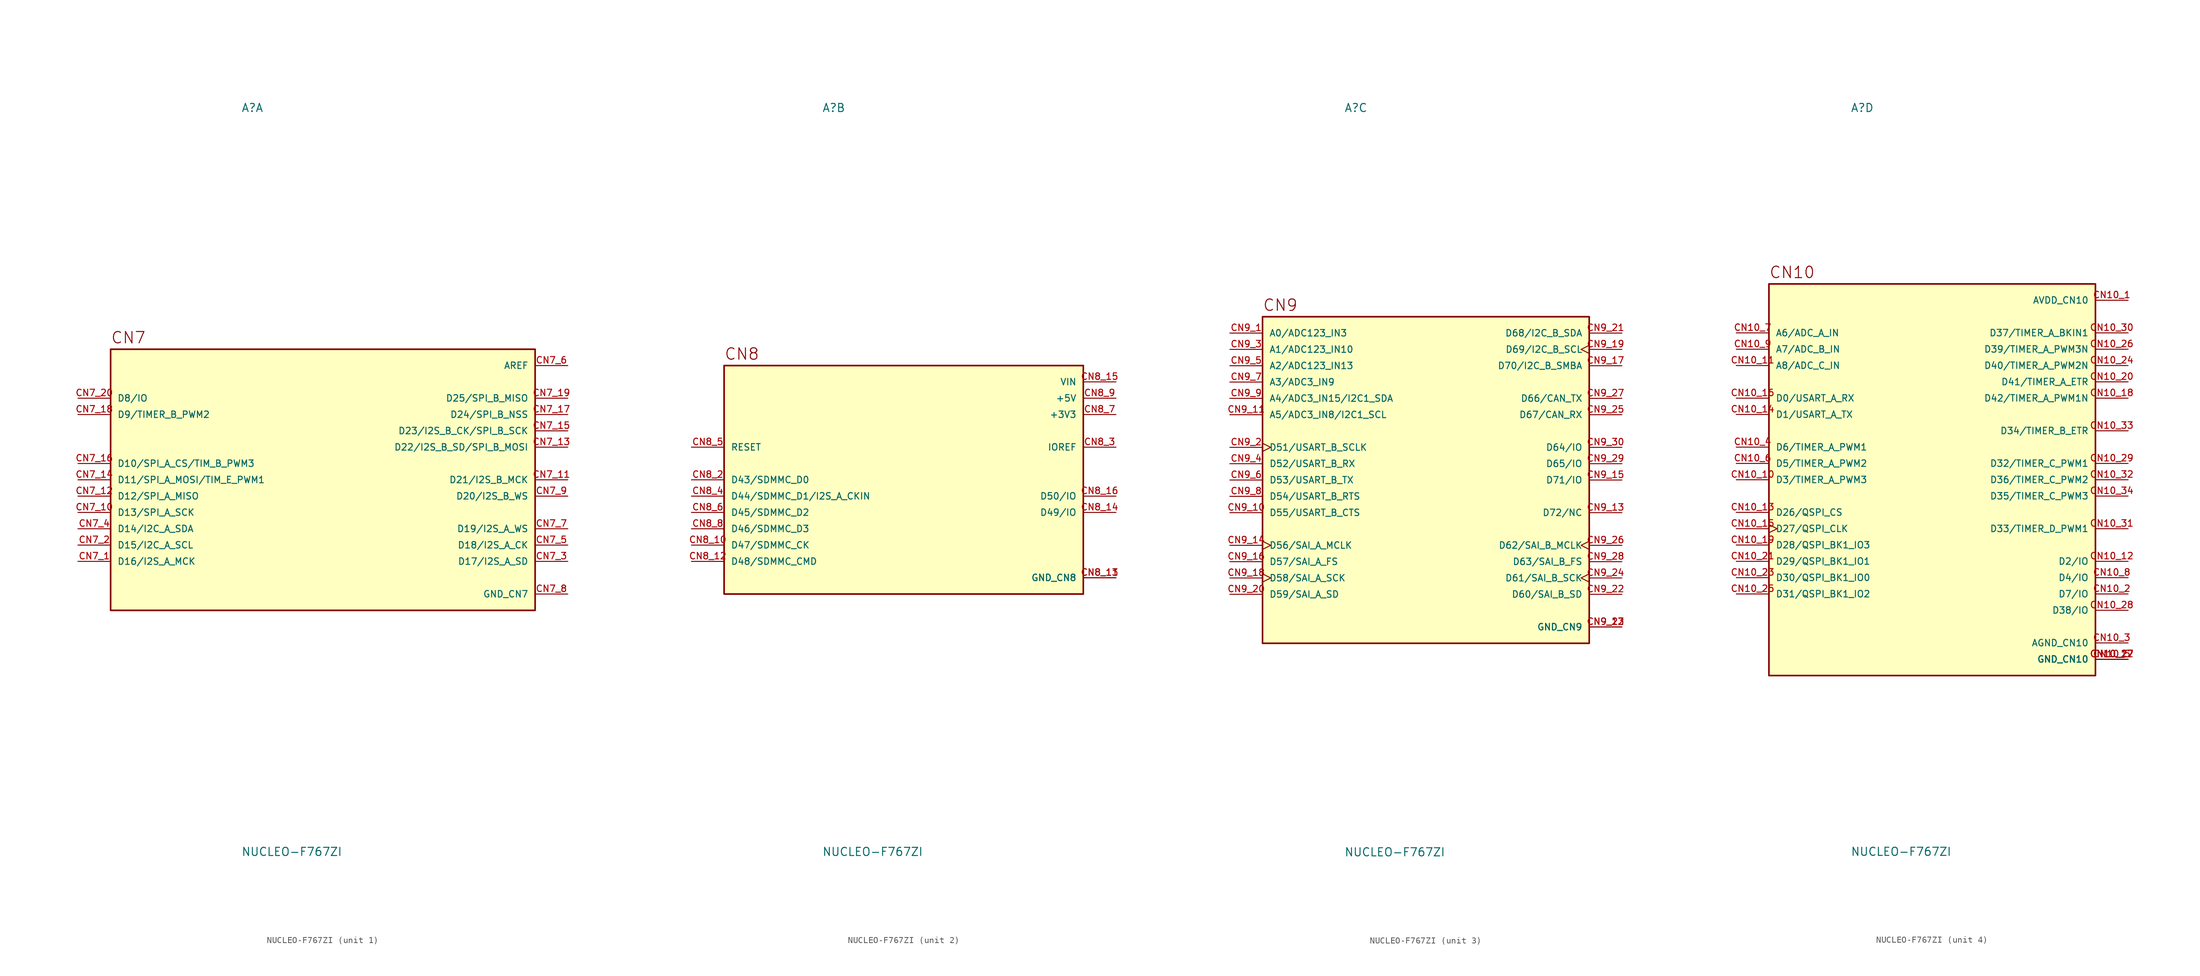
<source format=kicad_sym>
(kicad_symbol_lib
  (version 20231120)
  (generator "kicad_symbol_editor")
  (generator_version "8.0")
  (symbol "NUCLEO-F767ZI"
    (pin_names
      (offset 1.016))
    (property "Reference" "A"
      (at -12.7 57.15 0)
      (effects (font (size 1.27 1.27)) (justify left bottom)))
    (property "Value" "NUCLEO-F767ZI"
      (at -12.7 -57.15 0)
      (effects (font (size 1.27 1.27)) (justify left top)))
    (symbol "NUCLEO-F767ZI_1_0"
      (rectangle (start -33.02 -20.32) (end 33.02 20.32) (stroke (width 0.254) (type default)) (fill (type background)))
      (text "CN7" (at -33.02 21.082 0) (effects (font (size 1.778 1.778)) (justify left bottom)))
      (pin bidirectional line (at -38.1 -12.7 0) (length 5.08) (name "D16/I2S_A_MCK" (effects (font (size 1.016 1.016)))) (number "CN7_1" (effects (font (size 1.016 1.016)))))
      (pin bidirectional line (at -38.1 -5.08 0) (length 5.08) (name "D13/SPI_A_SCK" (effects (font (size 1.016 1.016)))) (number "CN7_10" (effects (font (size 1.016 1.016)))))
      (pin bidirectional line (at 38.1 0 180) (length 5.08) (name "D21/I2S_B_MCK" (effects (font (size 1.016 1.016)))) (number "CN7_11" (effects (font (size 1.016 1.016)))))
      (pin bidirectional line (at -38.1 -2.54 0) (length 5.08) (name "D12/SPI_A_MISO" (effects (font (size 1.016 1.016)))) (number "CN7_12" (effects (font (size 1.016 1.016)))))
      (pin bidirectional line (at 38.1 5.08 180) (length 5.08) (name "D22/I2S_B_SD/SPI_B_MOSI" (effects (font (size 1.016 1.016)))) (number "CN7_13" (effects (font (size 1.016 1.016)))))
      (pin bidirectional line (at -38.1 0 0) (length 5.08) (name "D11/SPI_A_MOSI/TIM_E_PWM1" (effects (font (size 1.016 1.016)))) (number "CN7_14" (effects (font (size 1.016 1.016)))))
      (pin bidirectional line (at 38.1 7.62 180) (length 5.08) (name "D23/I2S_B_CK/SPI_B_SCK" (effects (font (size 1.016 1.016)))) (number "CN7_15" (effects (font (size 1.016 1.016)))))
      (pin bidirectional line (at -38.1 2.54 0) (length 5.08) (name "D10/SPI_A_CS/TIM_B_PWM3" (effects (font (size 1.016 1.016)))) (number "CN7_16" (effects (font (size 1.016 1.016)))))
      (pin bidirectional line (at 38.1 10.16 180) (length 5.08) (name "D24/SPI_B_NSS" (effects (font (size 1.016 1.016)))) (number "CN7_17" (effects (font (size 1.016 1.016)))))
      (pin bidirectional line (at -38.1 10.16 0) (length 5.08) (name "D9/TIMER_B_PWM2" (effects (font (size 1.016 1.016)))) (number "CN7_18" (effects (font (size 1.016 1.016)))))
      (pin bidirectional line (at 38.1 12.7 180) (length 5.08) (name "D25/SPI_B_MISO" (effects (font (size 1.016 1.016)))) (number "CN7_19" (effects (font (size 1.016 1.016)))))
      (pin bidirectional line (at -38.1 -10.16 0) (length 5.08) (name "D15/I2C_A_SCL" (effects (font (size 1.016 1.016)))) (number "CN7_2" (effects (font (size 1.016 1.016)))))
      (pin bidirectional line (at -38.1 12.7 0) (length 5.08) (name "D8/IO" (effects (font (size 1.016 1.016)))) (number "CN7_20" (effects (font (size 1.016 1.016)))))
      (pin bidirectional line (at 38.1 -12.7 180) (length 5.08) (name "D17/I2S_A_SD" (effects (font (size 1.016 1.016)))) (number "CN7_3" (effects (font (size 1.016 1.016)))))
      (pin bidirectional line (at -38.1 -7.62 0) (length 5.08) (name "D14/I2C_A_SDA" (effects (font (size 1.016 1.016)))) (number "CN7_4" (effects (font (size 1.016 1.016)))))
      (pin bidirectional line (at 38.1 -10.16 180) (length 5.08) (name "D18/I2S_A_CK" (effects (font (size 1.016 1.016)))) (number "CN7_5" (effects (font (size 1.016 1.016)))))
      (pin power_in line (at 38.1 17.78 180) (length 5.08) (name "AREF" (effects (font (size 1.016 1.016)))) (number "CN7_6" (effects (font (size 1.016 1.016)))))
      (pin bidirectional line (at 38.1 -7.62 180) (length 5.08) (name "D19/I2S_A_WS" (effects (font (size 1.016 1.016)))) (number "CN7_7" (effects (font (size 1.016 1.016)))))
      (pin power_in line (at 38.1 -17.78 180) (length 5.08) (name "GND_CN7" (effects (font (size 1.016 1.016)))) (number "CN7_8" (effects (font (size 1.016 1.016)))))
      (pin bidirectional line (at 38.1 -2.54 180) (length 5.08) (name "D20/I2S_B_WS" (effects (font (size 1.016 1.016)))) (number "CN7_9" (effects (font (size 1.016 1.016))))))
    (symbol "NUCLEO-F767ZI_2_0"
      (rectangle (start -27.94 -17.78) (end 27.94 17.78) (stroke (width 0.254) (type default)) (fill (type background)))
      (text "CN8" (at -27.94 18.542 0) (effects (font (size 1.778 1.778)) (justify left bottom)))
      (pin bidirectional line (at -33.02 -10.16 0) (length 5.08) (name "D47/SDMMC_CK" (effects (font (size 1.016 1.016)))) (number "CN8_10" (effects (font (size 1.016 1.016)))))
      (pin power_in line (at 33.02 -15.24 180) (length 5.08) (name "GND_CN8" (effects (font (size 1.016 1.016)))) (number "CN8_11" (effects (font (size 1.016 1.016)))))
      (pin bidirectional line (at -33.02 -12.7 0) (length 5.08) (name "D48/SDMMC_CMD" (effects (font (size 1.016 1.016)))) (number "CN8_12" (effects (font (size 1.016 1.016)))))
      (pin power_in line (at 33.02 -15.24 180) (length 5.08) (name "GND_CN8" (effects (font (size 1.016 1.016)))) (number "CN8_13" (effects (font (size 1.016 1.016)))))
      (pin bidirectional line (at 33.02 -5.08 180) (length 5.08) (name "D49/IO" (effects (font (size 1.016 1.016)))) (number "CN8_14" (effects (font (size 1.016 1.016)))))
      (pin power_in line (at 33.02 15.24 180) (length 5.08) (name "VIN" (effects (font (size 1.016 1.016)))) (number "CN8_15" (effects (font (size 1.016 1.016)))))
      (pin bidirectional line (at 33.02 -2.54 180) (length 5.08) (name "D50/IO" (effects (font (size 1.016 1.016)))) (number "CN8_16" (effects (font (size 1.016 1.016)))))
      (pin bidirectional line (at -33.02 0 0) (length 5.08) (name "D43/SDMMC_D0" (effects (font (size 1.016 1.016)))) (number "CN8_2" (effects (font (size 1.016 1.016)))))
      (pin bidirectional line (at 33.02 5.08 180) (length 5.08) (name "IOREF" (effects (font (size 1.016 1.016)))) (number "CN8_3" (effects (font (size 1.016 1.016)))))
      (pin bidirectional line (at -33.02 -2.54 0) (length 5.08) (name "D44/SDMMC_D1/I2S_A_CKIN" (effects (font (size 1.016 1.016)))) (number "CN8_4" (effects (font (size 1.016 1.016)))))
      (pin bidirectional line (at -33.02 5.08 0) (length 5.08) (name "RESET" (effects (font (size 1.016 1.016)))) (number "CN8_5" (effects (font (size 1.016 1.016)))))
      (pin bidirectional line (at -33.02 -5.08 0) (length 5.08) (name "D45/SDMMC_D2" (effects (font (size 1.016 1.016)))) (number "CN8_6" (effects (font (size 1.016 1.016)))))
      (pin power_in line (at 33.02 10.16 180) (length 5.08) (name "+3V3" (effects (font (size 1.016 1.016)))) (number "CN8_7" (effects (font (size 1.016 1.016)))))
      (pin bidirectional line (at -33.02 -7.62 0) (length 5.08) (name "D46/SDMMC_D3" (effects (font (size 1.016 1.016)))) (number "CN8_8" (effects (font (size 1.016 1.016)))))
      (pin power_in line (at 33.02 12.7 180) (length 5.08) (name "+5V" (effects (font (size 1.016 1.016)))) (number "CN8_9" (effects (font (size 1.016 1.016))))))
    (symbol "NUCLEO-F767ZI_3_0"
      (rectangle (start -25.4 -25.4) (end 25.4 25.4) (stroke (width 0.254) (type default)) (fill (type background)))
      (text "CN9" (at -25.4 26.162 0) (effects (font (size 1.778 1.778)) (justify left bottom)))
      (pin input line (at -30.48 22.86 0) (length 5.08) (name "A0/ADC123_IN3" (effects (font (size 1.016 1.016)))) (number "CN9_1" (effects (font (size 1.016 1.016)))))
      (pin bidirectional line (at -30.48 -5.08 0) (length 5.08) (name "D55/USART_B_CTS" (effects (font (size 1.016 1.016)))) (number "CN9_10" (effects (font (size 1.016 1.016)))))
      (pin input line (at -30.48 10.16 0) (length 5.08) (name "A5/ADC3_IN8/I2C1_SCL" (effects (font (size 1.016 1.016)))) (number "CN9_11" (effects (font (size 1.016 1.016)))))
      (pin power_in line (at 30.48 -22.86 180) (length 5.08) (name "GND_CN9" (effects (font (size 1.016 1.016)))) (number "CN9_12" (effects (font (size 1.016 1.016)))))
      (pin bidirectional line (at 30.48 -5.08 180) (length 5.08) (name "D72/NC" (effects (font (size 1.016 1.016)))) (number "CN9_13" (effects (font (size 1.016 1.016)))))
      (pin bidirectional clock (at -30.48 -10.16 0) (length 5.08) (name "D56/SAI_A_MCLK" (effects (font (size 1.016 1.016)))) (number "CN9_14" (effects (font (size 1.016 1.016)))))
      (pin bidirectional line (at 30.48 0 180) (length 5.08) (name "D71/IO" (effects (font (size 1.016 1.016)))) (number "CN9_15" (effects (font (size 1.016 1.016)))))
      (pin bidirectional line (at -30.48 -12.7 0) (length 5.08) (name "D57/SAI_A_FS" (effects (font (size 1.016 1.016)))) (number "CN9_16" (effects (font (size 1.016 1.016)))))
      (pin bidirectional line (at 30.48 17.78 180) (length 5.08) (name "D70/I2C_B_SMBA" (effects (font (size 1.016 1.016)))) (number "CN9_17" (effects (font (size 1.016 1.016)))))
      (pin bidirectional clock (at -30.48 -15.24 0) (length 5.08) (name "D58/SAI_A_SCK" (effects (font (size 1.016 1.016)))) (number "CN9_18" (effects (font (size 1.016 1.016)))))
      (pin bidirectional clock (at 30.48 20.32 180) (length 5.08) (name "D69/I2C_B_SCL" (effects (font (size 1.016 1.016)))) (number "CN9_19" (effects (font (size 1.016 1.016)))))
      (pin bidirectional clock (at -30.48 5.08 0) (length 5.08) (name "D51/USART_B_SCLK" (effects (font (size 1.016 1.016)))) (number "CN9_2" (effects (font (size 1.016 1.016)))))
      (pin bidirectional line (at -30.48 -17.78 0) (length 5.08) (name "D59/SAI_A_SD" (effects (font (size 1.016 1.016)))) (number "CN9_20" (effects (font (size 1.016 1.016)))))
      (pin bidirectional line (at 30.48 22.86 180) (length 5.08) (name "D68/I2C_B_SDA" (effects (font (size 1.016 1.016)))) (number "CN9_21" (effects (font (size 1.016 1.016)))))
      (pin bidirectional line (at 30.48 -17.78 180) (length 5.08) (name "D60/SAI_B_SD" (effects (font (size 1.016 1.016)))) (number "CN9_22" (effects (font (size 1.016 1.016)))))
      (pin power_in line (at 30.48 -22.86 180) (length 5.08) (name "GND_CN9" (effects (font (size 1.016 1.016)))) (number "CN9_23" (effects (font (size 1.016 1.016)))))
      (pin bidirectional clock (at 30.48 -15.24 180) (length 5.08) (name "D61/SAI_B_SCK" (effects (font (size 1.016 1.016)))) (number "CN9_24" (effects (font (size 1.016 1.016)))))
      (pin input line (at 30.48 10.16 180) (length 5.08) (name "D67/CAN_RX" (effects (font (size 1.016 1.016)))) (number "CN9_25" (effects (font (size 1.016 1.016)))))
      (pin bidirectional clock (at 30.48 -10.16 180) (length 5.08) (name "D62/SAI_B_MCLK" (effects (font (size 1.016 1.016)))) (number "CN9_26" (effects (font (size 1.016 1.016)))))
      (pin output line (at 30.48 12.7 180) (length 5.08) (name "D66/CAN_TX" (effects (font (size 1.016 1.016)))) (number "CN9_27" (effects (font (size 1.016 1.016)))))
      (pin bidirectional line (at 30.48 -12.7 180) (length 5.08) (name "D63/SAI_B_FS" (effects (font (size 1.016 1.016)))) (number "CN9_28" (effects (font (size 1.016 1.016)))))
      (pin bidirectional line (at 30.48 2.54 180) (length 5.08) (name "D65/IO" (effects (font (size 1.016 1.016)))) (number "CN9_29" (effects (font (size 1.016 1.016)))))
      (pin input line (at -30.48 20.32 0) (length 5.08) (name "A1/ADC123_IN10" (effects (font (size 1.016 1.016)))) (number "CN9_3" (effects (font (size 1.016 1.016)))))
      (pin bidirectional line (at 30.48 5.08 180) (length 5.08) (name "D64/IO" (effects (font (size 1.016 1.016)))) (number "CN9_30" (effects (font (size 1.016 1.016)))))
      (pin bidirectional line (at -30.48 2.54 0) (length 5.08) (name "D52/USART_B_RX" (effects (font (size 1.016 1.016)))) (number "CN9_4" (effects (font (size 1.016 1.016)))))
      (pin input line (at -30.48 17.78 0) (length 5.08) (name "A2/ADC123_IN13" (effects (font (size 1.016 1.016)))) (number "CN9_5" (effects (font (size 1.016 1.016)))))
      (pin bidirectional line (at -30.48 0 0) (length 5.08) (name "D53/USART_B_TX" (effects (font (size 1.016 1.016)))) (number "CN9_6" (effects (font (size 1.016 1.016)))))
      (pin input line (at -30.48 15.24 0) (length 5.08) (name "A3/ADC3_IN9" (effects (font (size 1.016 1.016)))) (number "CN9_7" (effects (font (size 1.016 1.016)))))
      (pin bidirectional line (at -30.48 -2.54 0) (length 5.08) (name "D54/USART_B_RTS" (effects (font (size 1.016 1.016)))) (number "CN9_8" (effects (font (size 1.016 1.016)))))
      (pin input line (at -30.48 12.7 0) (length 5.08) (name "A4/ADC3_IN15/I2C1_SDA" (effects (font (size 1.016 1.016)))) (number "CN9_9" (effects (font (size 1.016 1.016))))))
    (symbol "NUCLEO-F767ZI_4_0"
      (rectangle (start -25.4 -30.48) (end 25.4 30.48) (stroke (width 0.254) (type default)) (fill (type background)))
      (text "CN10" (at -25.4 31.242 0) (effects (font (size 1.778 1.778)) (justify left bottom)))
      (pin power_in line (at 30.48 27.94 180) (length 5.08) (name "AVDD_CN10" (effects (font (size 1.016 1.016)))) (number "CN10_1" (effects (font (size 1.016 1.016)))))
      (pin bidirectional line (at -30.48 0 0) (length 5.08) (name "D3/TIMER_A_PWM3" (effects (font (size 1.016 1.016)))) (number "CN10_10" (effects (font (size 1.016 1.016)))))
      (pin input line (at -30.48 17.78 0) (length 5.08) (name "A8/ADC_C_IN" (effects (font (size 1.016 1.016)))) (number "CN10_11" (effects (font (size 1.016 1.016)))))
      (pin bidirectional line (at 30.48 -12.7 180) (length 5.08) (name "D2/IO" (effects (font (size 1.016 1.016)))) (number "CN10_12" (effects (font (size 1.016 1.016)))))
      (pin bidirectional line (at -30.48 -5.08 0) (length 5.08) (name "D26/QSPI_CS" (effects (font (size 1.016 1.016)))) (number "CN10_13" (effects (font (size 1.016 1.016)))))
      (pin output line (at -30.48 10.16 0) (length 5.08) (name "D1/USART_A_TX" (effects (font (size 1.016 1.016)))) (number "CN10_14" (effects (font (size 1.016 1.016)))))
      (pin bidirectional clock (at -30.48 -7.62 0) (length 5.08) (name "D27/QSPI_CLK" (effects (font (size 1.016 1.016)))) (number "CN10_15" (effects (font (size 1.016 1.016)))))
      (pin input line (at -30.48 12.7 0) (length 5.08) (name "D0/USART_A_RX" (effects (font (size 1.016 1.016)))) (number "CN10_16" (effects (font (size 1.016 1.016)))))
      (pin power_in line (at 30.48 -27.94 180) (length 5.08) (name "GND_CN10" (effects (font (size 1.016 1.016)))) (number "CN10_17" (effects (font (size 1.016 1.016)))))
      (pin bidirectional line (at 30.48 12.7 180) (length 5.08) (name "D42/TIMER_A_PWM1N" (effects (font (size 1.016 1.016)))) (number "CN10_18" (effects (font (size 1.016 1.016)))))
      (pin bidirectional line (at -30.48 -10.16 0) (length 5.08) (name "D28/QSPI_BK1_IO3" (effects (font (size 1.016 1.016)))) (number "CN10_19" (effects (font (size 1.016 1.016)))))
      (pin bidirectional line (at 30.48 -17.78 180) (length 5.08) (name "D7/IO" (effects (font (size 1.016 1.016)))) (number "CN10_2" (effects (font (size 1.016 1.016)))))
      (pin bidirectional line (at 30.48 15.24 180) (length 5.08) (name "D41/TIMER_A_ETR" (effects (font (size 1.016 1.016)))) (number "CN10_20" (effects (font (size 1.016 1.016)))))
      (pin bidirectional line (at -30.48 -12.7 0) (length 5.08) (name "D29/QSPI_BK1_IO1" (effects (font (size 1.016 1.016)))) (number "CN10_21" (effects (font (size 1.016 1.016)))))
      (pin power_in line (at 30.48 -27.94 180) (length 5.08) (name "GND_CN10" (effects (font (size 1.016 1.016)))) (number "CN10_22" (effects (font (size 1.016 1.016)))))
      (pin bidirectional line (at -30.48 -15.24 0) (length 5.08) (name "D30/QSPI_BK1_IO0" (effects (font (size 1.016 1.016)))) (number "CN10_23" (effects (font (size 1.016 1.016)))))
      (pin bidirectional line (at 30.48 17.78 180) (length 5.08) (name "D40/TIMER_A_PWM2N" (effects (font (size 1.016 1.016)))) (number "CN10_24" (effects (font (size 1.016 1.016)))))
      (pin bidirectional line (at -30.48 -17.78 0) (length 5.08) (name "D31/QSPI_BK1_IO2" (effects (font (size 1.016 1.016)))) (number "CN10_25" (effects (font (size 1.016 1.016)))))
      (pin bidirectional line (at 30.48 20.32 180) (length 5.08) (name "D39/TIMER_A_PWM3N" (effects (font (size 1.016 1.016)))) (number "CN10_26" (effects (font (size 1.016 1.016)))))
      (pin power_in line (at 30.48 -27.94 180) (length 5.08) (name "GND_CN10" (effects (font (size 1.016 1.016)))) (number "CN10_27" (effects (font (size 1.016 1.016)))))
      (pin bidirectional line (at 30.48 -20.32 180) (length 5.08) (name "D38/IO" (effects (font (size 1.016 1.016)))) (number "CN10_28" (effects (font (size 1.016 1.016)))))
      (pin bidirectional line (at 30.48 2.54 180) (length 5.08) (name "D32/TIMER_C_PWM1" (effects (font (size 1.016 1.016)))) (number "CN10_29" (effects (font (size 1.016 1.016)))))
      (pin power_in line (at 30.48 -25.4 180) (length 5.08) (name "AGND_CN10" (effects (font (size 1.016 1.016)))) (number "CN10_3" (effects (font (size 1.016 1.016)))))
      (pin bidirectional line (at 30.48 22.86 180) (length 5.08) (name "D37/TIMER_A_BKIN1" (effects (font (size 1.016 1.016)))) (number "CN10_30" (effects (font (size 1.016 1.016)))))
      (pin bidirectional line (at 30.48 -7.62 180) (length 5.08) (name "D33/TIMER_D_PWM1" (effects (font (size 1.016 1.016)))) (number "CN10_31" (effects (font (size 1.016 1.016)))))
      (pin bidirectional line (at 30.48 0 180) (length 5.08) (name "D36/TIMER_C_PWM2" (effects (font (size 1.016 1.016)))) (number "CN10_32" (effects (font (size 1.016 1.016)))))
      (pin bidirectional line (at 30.48 7.62 180) (length 5.08) (name "D34/TIMER_B_ETR" (effects (font (size 1.016 1.016)))) (number "CN10_33" (effects (font (size 1.016 1.016)))))
      (pin bidirectional line (at 30.48 -2.54 180) (length 5.08) (name "D35/TIMER_C_PWM3" (effects (font (size 1.016 1.016)))) (number "CN10_34" (effects (font (size 1.016 1.016)))))
      (pin bidirectional line (at -30.48 5.08 0) (length 5.08) (name "D6/TIMER_A_PWM1" (effects (font (size 1.016 1.016)))) (number "CN10_4" (effects (font (size 1.016 1.016)))))
      (pin power_in line (at 30.48 -27.94 180) (length 5.08) (name "GND_CN10" (effects (font (size 1.016 1.016)))) (number "CN10_5" (effects (font (size 1.016 1.016)))))
      (pin bidirectional line (at -30.48 2.54 0) (length 5.08) (name "D5/TIMER_A_PWM2" (effects (font (size 1.016 1.016)))) (number "CN10_6" (effects (font (size 1.016 1.016)))))
      (pin input line (at -30.48 22.86 0) (length 5.08) (name "A6/ADC_A_IN" (effects (font (size 1.016 1.016)))) (number "CN10_7" (effects (font (size 1.016 1.016)))))
      (pin bidirectional line (at 30.48 -15.24 180) (length 5.08) (name "D4/IO" (effects (font (size 1.016 1.016)))) (number "CN10_8" (effects (font (size 1.016 1.016)))))
      (pin input line (at -30.48 20.32 0) (length 5.08) (name "A7/ADC_B_IN" (effects (font (size 1.016 1.016)))) (number "CN10_9" (effects (font (size 1.016 1.016))))))))
</source>
